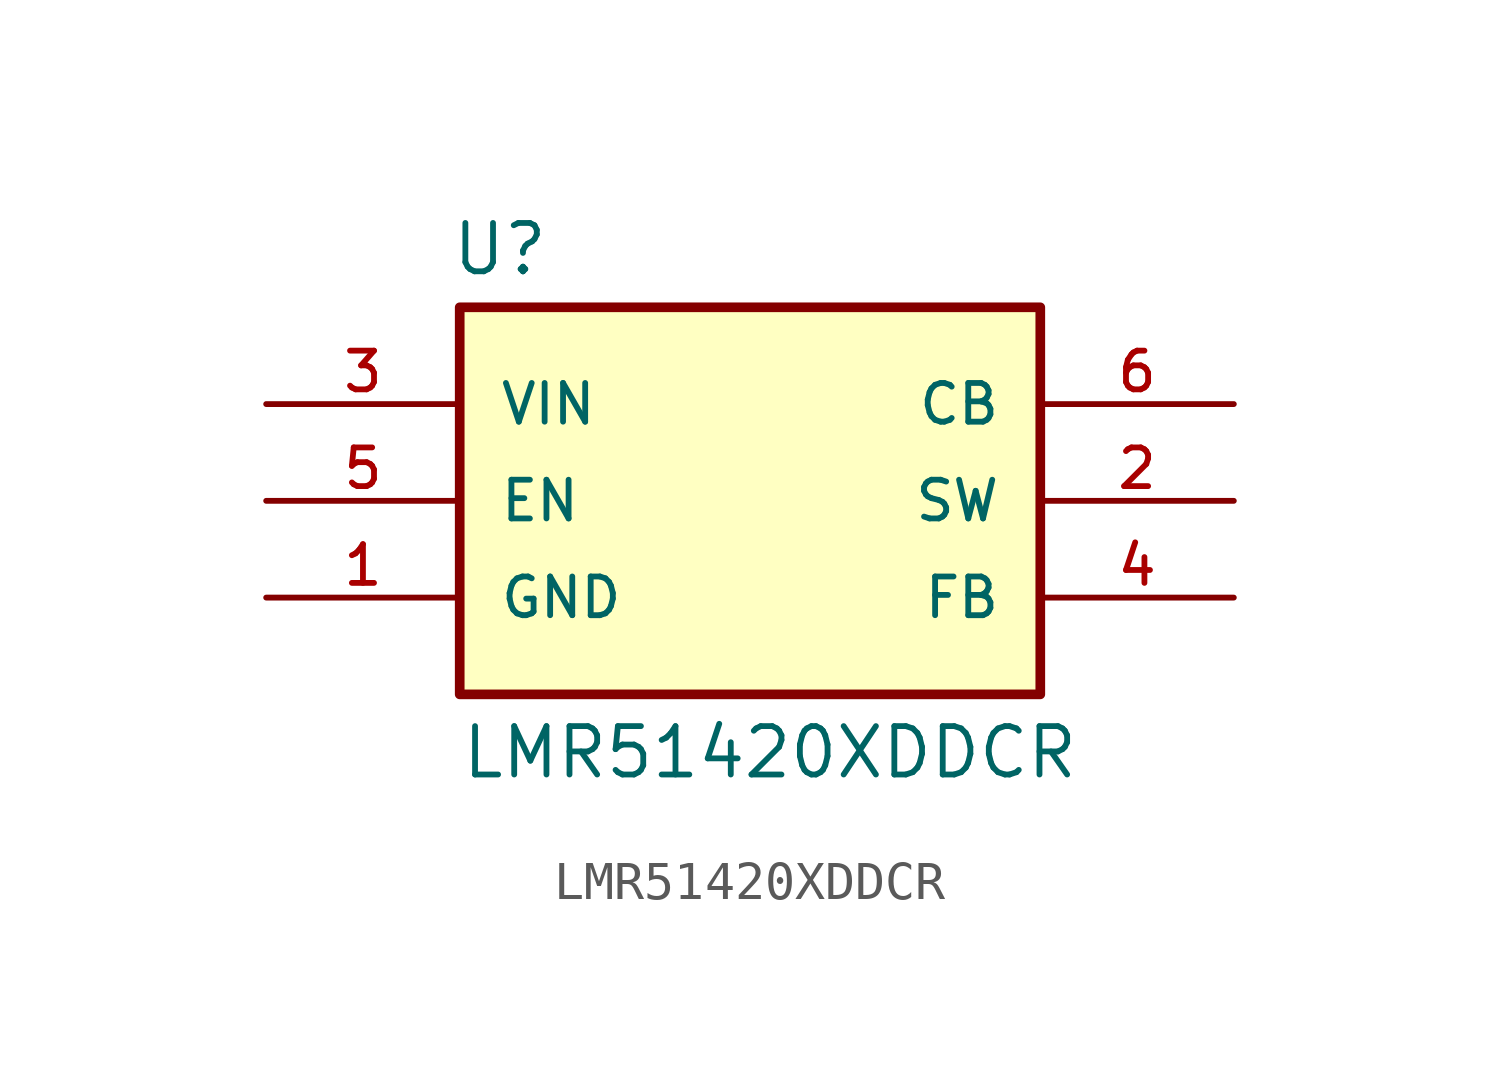
<source format=kicad_sym>
(kicad_symbol_lib
  (version 20211014)
  (generator kicad_symbol_editor)
  (symbol "LMR51420XDDCR"
    (pin_names
      (offset 1.016))
    (property "Reference" "U"
      (at 4.826 4.064 0)
      (effects (font (size 1.27 1.27)) (justify left)))
    (property "Value" "LMR51420XDDCR"
      (at 5.08 -9.144 0)
      (effects (font (size 1.27 1.27)) (justify left)))
    (symbol "LMR51420XDDCR_0_0"
      (rectangle (start 5.08 -7.62) (end 20.32 2.54) (stroke (width 0.254)) (fill (type background)))
      (pin bidirectional line (at 0.0 -5.08 0) (length 5.08) (name "GND" (effects (font (size 1.016 1.016)))) (number "1" (effects (font (size 1.016 1.016)))))
      (pin bidirectional line (at 25.4 -2.54 180.0) (length 5.08) (name "SW" (effects (font (size 1.016 1.016)))) (number "2" (effects (font (size 1.016 1.016)))))
      (pin bidirectional line (at 0.0 0.0 0) (length 5.08) (name "VIN" (effects (font (size 1.016 1.016)))) (number "3" (effects (font (size 1.016 1.016)))))
      (pin bidirectional line (at 25.4 0.0 180.0) (length 5.08) (name "CB" (effects (font (size 1.016 1.016)))) (number "6" (effects (font (size 1.016 1.016)))))
      (pin bidirectional line (at 0.0 -2.54 0) (length 5.08) (name "EN" (effects (font (size 1.016 1.016)))) (number "5" (effects (font (size 1.016 1.016)))))
      (pin bidirectional line (at 25.4 -5.08 180.0) (length 5.08) (name "FB" (effects (font (size 1.016 1.016)))) (number "4" (effects (font (size 1.016 1.016))))))))
</source>
